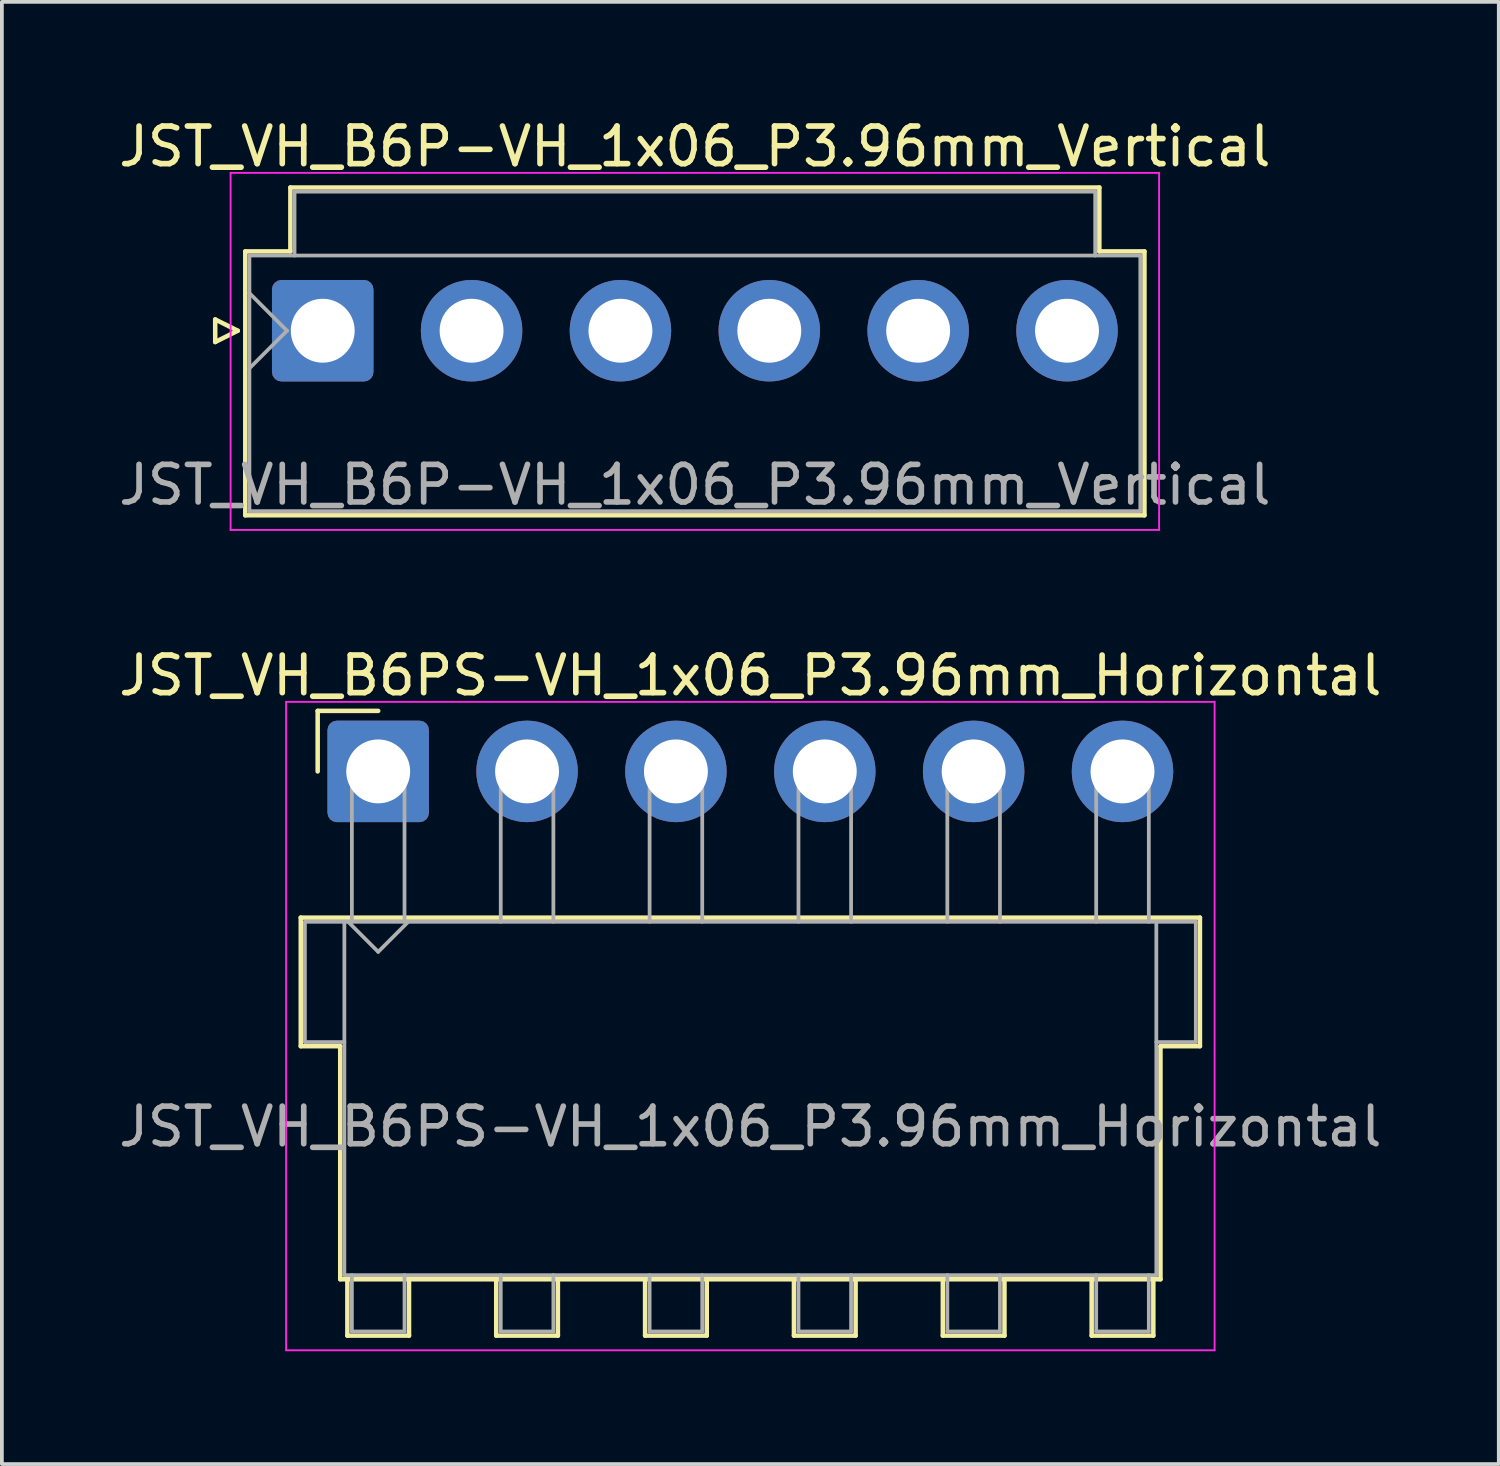
<source format=kicad_pcb>
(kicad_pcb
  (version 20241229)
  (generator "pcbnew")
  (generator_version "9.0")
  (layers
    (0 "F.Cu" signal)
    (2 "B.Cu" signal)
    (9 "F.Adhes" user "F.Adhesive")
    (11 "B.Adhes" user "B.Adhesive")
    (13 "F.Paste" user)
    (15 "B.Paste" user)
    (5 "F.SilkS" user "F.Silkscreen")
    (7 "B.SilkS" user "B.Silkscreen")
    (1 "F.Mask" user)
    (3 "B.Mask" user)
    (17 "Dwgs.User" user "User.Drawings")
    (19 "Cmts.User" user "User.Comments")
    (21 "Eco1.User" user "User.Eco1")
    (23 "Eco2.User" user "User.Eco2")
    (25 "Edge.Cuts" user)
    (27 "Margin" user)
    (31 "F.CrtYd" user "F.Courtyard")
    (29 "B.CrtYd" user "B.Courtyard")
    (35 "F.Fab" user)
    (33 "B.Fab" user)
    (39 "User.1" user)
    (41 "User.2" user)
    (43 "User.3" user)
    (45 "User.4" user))
  (footprint "JST_VH_B6PS-VH_1x06_P3.96mm_Horizontal"
    (layer "F.Cu")
    (at 7.011 17.471)
    (property "Reference" "JST_VH_B6PS-VH_1x06_P3.96mm_Horizontal" (at 9.9 -2.55 0) (layer "F.SilkS") (effects (font (size 1 1) (thickness 0.15))))
    (attr through_hole)
    (fp_line (start -2.06 3.89) (end 21.86 3.89) (stroke (width 0.12) (type solid)) (layer "F.SilkS"))
    (fp_line (start -2.06 7.31) (end -2.06 3.89) (stroke (width 0.12) (type solid)) (layer "F.SilkS"))
    (fp_line (start -1.61 -1.61) (end -1.61 0) (stroke (width 0.12) (type solid)) (layer "F.SilkS"))
    (fp_line (start -1.01 7.31) (end -2.06 7.31) (stroke (width 0.12) (type solid)) (layer "F.SilkS"))
    (fp_line (start -1.01 13.51) (end -1.01 7.31) (stroke (width 0.12) (type solid)) (layer "F.SilkS"))
    (fp_line (start -0.82 13.51) (end -0.82 15.01) (stroke (width 0.12) (type solid)) (layer "F.SilkS"))
    (fp_line (start -0.82 15.01) (end 0.82 15.01) (stroke (width 0.12) (type solid)) (layer "F.SilkS"))
    (fp_line (start 0 -1.61) (end -1.61 -1.61) (stroke (width 0.12) (type solid)) (layer "F.SilkS"))
    (fp_line (start 0.82 15.01) (end 0.82 13.51) (stroke (width 0.12) (type solid)) (layer "F.SilkS"))
    (fp_line (start 3.14 13.51) (end 3.14 15.01) (stroke (width 0.12) (type solid)) (layer "F.SilkS"))
    (fp_line (start 3.14 15.01) (end 4.78 15.01) (stroke (width 0.12) (type solid)) (layer "F.SilkS"))
    (fp_line (start 4.78 15.01) (end 4.78 13.51) (stroke (width 0.12) (type solid)) (layer "F.SilkS"))
    (fp_line (start 7.1 13.51) (end 7.1 15.01) (stroke (width 0.12) (type solid)) (layer "F.SilkS"))
    (fp_line (start 7.1 15.01) (end 8.74 15.01) (stroke (width 0.12) (type solid)) (layer "F.SilkS"))
    (fp_line (start 8.74 15.01) (end 8.74 13.51) (stroke (width 0.12) (type solid)) (layer "F.SilkS"))
    (fp_line (start 11.06 13.51) (end 11.06 15.01) (stroke (width 0.12) (type solid)) (layer "F.SilkS"))
    (fp_line (start 11.06 15.01) (end 12.7 15.01) (stroke (width 0.12) (type solid)) (layer "F.SilkS"))
    (fp_line (start 12.7 15.01) (end 12.7 13.51) (stroke (width 0.12) (type solid)) (layer "F.SilkS"))
    (fp_line (start 15.02 13.51) (end 15.02 15.01) (stroke (width 0.12) (type solid)) (layer "F.SilkS"))
    (fp_line (start 15.02 15.01) (end 16.66 15.01) (stroke (width 0.12) (type solid)) (layer "F.SilkS"))
    (fp_line (start 16.66 15.01) (end 16.66 13.51) (stroke (width 0.12) (type solid)) (layer "F.SilkS"))
    (fp_line (start 18.98 13.51) (end 18.98 15.01) (stroke (width 0.12) (type solid)) (layer "F.SilkS"))
    (fp_line (start 18.98 15.01) (end 20.62 15.01) (stroke (width 0.12) (type solid)) (layer "F.SilkS"))
    (fp_line (start 20.62 15.01) (end 20.62 13.51) (stroke (width 0.12) (type solid)) (layer "F.SilkS"))
    (fp_line (start 20.81 7.31) (end 20.81 13.51) (stroke (width 0.12) (type solid)) (layer "F.SilkS"))
    (fp_line (start 20.81 13.51) (end -1.01 13.51) (stroke (width 0.12) (type solid)) (layer "F.SilkS"))
    (fp_line (start 21.86 3.89) (end 21.86 7.31) (stroke (width 0.12) (type solid)) (layer "F.SilkS"))
    (fp_line (start 21.86 7.31) (end 20.81 7.31) (stroke (width 0.12) (type solid)) (layer "F.SilkS"))
    (fp_line (start -2.45 -1.85) (end -2.45 15.4) (stroke (width 0.05) (type solid)) (layer "F.CrtYd"))
    (fp_line (start -2.45 15.4) (end 22.25 15.4) (stroke (width 0.05) (type solid)) (layer "F.CrtYd"))
    (fp_line (start 22.25 -1.85) (end -2.45 -1.85) (stroke (width 0.05) (type solid)) (layer "F.CrtYd"))
    (fp_line (start 22.25 15.4) (end 22.25 -1.85) (stroke (width 0.05) (type solid)) (layer "F.CrtYd"))
    (fp_line (start -1.95 4) (end -0.9 4) (stroke (width 0.1) (type solid)) (layer "F.Fab"))
    (fp_line (start -1.95 7.2) (end -1.95 4) (stroke (width 0.1) (type solid)) (layer "F.Fab"))
    (fp_line (start -0.9 4) (end -0.9 13.4) (stroke (width 0.1) (type solid)) (layer "F.Fab"))
    (fp_line (start -0.9 7.2) (end -1.95 7.2) (stroke (width 0.1) (type solid)) (layer "F.Fab"))
    (fp_line (start -0.9 13.4) (end 20.7 13.4) (stroke (width 0.1) (type solid)) (layer "F.Fab"))
    (fp_line (start -0.8 4) (end 0 4.8) (stroke (width 0.1) (type solid)) (layer "F.Fab"))
    (fp_line (start -0.7 0) (end 0.7 0) (stroke (width 0.1) (type solid)) (layer "F.Fab"))
    (fp_line (start -0.7 4) (end -0.7 0) (stroke (width 0.1) (type solid)) (layer "F.Fab"))
    (fp_line (start -0.7 13.4) (end -0.7 14.9) (stroke (width 0.1) (type solid)) (layer "F.Fab"))
    (fp_line (start -0.7 14.9) (end 0.7 14.9) (stroke (width 0.1) (type solid)) (layer "F.Fab"))
    (fp_line (start 0 4.8) (end 0.8 4) (stroke (width 0.1) (type solid)) (layer "F.Fab"))
    (fp_line (start 0.7 0) (end 0.7 4) (stroke (width 0.1) (type solid)) (layer "F.Fab"))
    (fp_line (start 0.7 14.9) (end 0.7 13.4) (stroke (width 0.1) (type solid)) (layer "F.Fab"))
    (fp_line (start 3.26 0) (end 4.66 0) (stroke (width 0.1) (type solid)) (layer "F.Fab"))
    (fp_line (start 3.26 4) (end 3.26 0) (stroke (width 0.1) (type solid)) (layer "F.Fab"))
    (fp_line (start 3.26 13.4) (end 3.26 14.9) (stroke (width 0.1) (type solid)) (layer "F.Fab"))
    (fp_line (start 3.26 14.9) (end 4.66 14.9) (stroke (width 0.1) (type solid)) (layer "F.Fab"))
    (fp_line (start 4.66 0) (end 4.66 4) (stroke (width 0.1) (type solid)) (layer "F.Fab"))
    (fp_line (start 4.66 14.9) (end 4.66 13.4) (stroke (width 0.1) (type solid)) (layer "F.Fab"))
    (fp_line (start 7.22 0) (end 8.62 0) (stroke (width 0.1) (type solid)) (layer "F.Fab"))
    (fp_line (start 7.22 4) (end 7.22 0) (stroke (width 0.1) (type solid)) (layer "F.Fab"))
    (fp_line (start 7.22 13.4) (end 7.22 14.9) (stroke (width 0.1) (type solid)) (layer "F.Fab"))
    (fp_line (start 7.22 14.9) (end 8.62 14.9) (stroke (width 0.1) (type solid)) (layer "F.Fab"))
    (fp_line (start 8.62 0) (end 8.62 4) (stroke (width 0.1) (type solid)) (layer "F.Fab"))
    (fp_line (start 8.62 14.9) (end 8.62 13.4) (stroke (width 0.1) (type solid)) (layer "F.Fab"))
    (fp_line (start 11.18 0) (end 12.58 0) (stroke (width 0.1) (type solid)) (layer "F.Fab"))
    (fp_line (start 11.18 4) (end 11.18 0) (stroke (width 0.1) (type solid)) (layer "F.Fab"))
    (fp_line (start 11.18 13.4) (end 11.18 14.9) (stroke (width 0.1) (type solid)) (layer "F.Fab"))
    (fp_line (start 11.18 14.9) (end 12.58 14.9) (stroke (width 0.1) (type solid)) (layer "F.Fab"))
    (fp_line (start 12.58 0) (end 12.58 4) (stroke (width 0.1) (type solid)) (layer "F.Fab"))
    (fp_line (start 12.58 14.9) (end 12.58 13.4) (stroke (width 0.1) (type solid)) (layer "F.Fab"))
    (fp_line (start 15.14 0) (end 16.54 0) (stroke (width 0.1) (type solid)) (layer "F.Fab"))
    (fp_line (start 15.14 4) (end 15.14 0) (stroke (width 0.1) (type solid)) (layer "F.Fab"))
    (fp_line (start 15.14 13.4) (end 15.14 14.9) (stroke (width 0.1) (type solid)) (layer "F.Fab"))
    (fp_line (start 15.14 14.9) (end 16.54 14.9) (stroke (width 0.1) (type solid)) (layer "F.Fab"))
    (fp_line (start 16.54 0) (end 16.54 4) (stroke (width 0.1) (type solid)) (layer "F.Fab"))
    (fp_line (start 16.54 14.9) (end 16.54 13.4) (stroke (width 0.1) (type solid)) (layer "F.Fab"))
    (fp_line (start 19.1 0) (end 20.5 0) (stroke (width 0.1) (type solid)) (layer "F.Fab"))
    (fp_line (start 19.1 4) (end 19.1 0) (stroke (width 0.1) (type solid)) (layer "F.Fab"))
    (fp_line (start 19.1 13.4) (end 19.1 14.9) (stroke (width 0.1) (type solid)) (layer "F.Fab"))
    (fp_line (start 19.1 14.9) (end 20.5 14.9) (stroke (width 0.1) (type solid)) (layer "F.Fab"))
    (fp_line (start 20.5 0) (end 20.5 4) (stroke (width 0.1) (type solid)) (layer "F.Fab"))
    (fp_line (start 20.5 14.9) (end 20.5 13.4) (stroke (width 0.1) (type solid)) (layer "F.Fab"))
    (fp_line (start 20.7 4) (end -0.9 4) (stroke (width 0.1) (type solid)) (layer "F.Fab"))
    (fp_line (start 20.7 4) (end 21.75 4) (stroke (width 0.1) (type solid)) (layer "F.Fab"))
    (fp_line (start 20.7 13.4) (end 20.7 4) (stroke (width 0.1) (type solid)) (layer "F.Fab"))
    (fp_line (start 21.75 4) (end 21.75 7.2) (stroke (width 0.1) (type solid)) (layer "F.Fab"))
    (fp_line (start 21.75 7.2) (end 20.7 7.2) (stroke (width 0.1) (type solid)) (layer "F.Fab"))
    (fp_text user "${REFERENCE}" (at 9.9 9.45 0) (layer "F.Fab") (effects (font (size 1 1) (thickness 0.15))))
    (pad "1" thru_hole roundrect (at 0 0) (size 2.7 2.7) (drill 1.7) (layers "*.Cu" "*.Mask") (roundrect_rratio 0.093))
    (pad "2" thru_hole circle (at 3.96 0) (size 2.7 2.7) (drill 1.7) (layers "*.Cu" "*.Mask"))
    (pad "3" thru_hole circle (at 7.92 0) (size 2.7 2.7) (drill 1.7) (layers "*.Cu" "*.Mask"))
    (pad "4" thru_hole circle (at 11.88 0) (size 2.7 2.7) (drill 1.7) (layers "*.Cu" "*.Mask"))
    (pad "5" thru_hole circle (at 15.84 0) (size 2.7 2.7) (drill 1.7) (layers "*.Cu" "*.Mask"))
    (pad "6" thru_hole circle (at 19.8 0) (size 2.7 2.7) (drill 1.7) (layers "*.Cu" "*.Mask")))
  (footprint "JST_VH_B6P-VH_1x06_P3.96mm_Vertical"
    (layer "F.Cu")
    (at 5.535 5.748)
    (property "Reference" "JST_VH_B6P-VH_1x06_P3.96mm_Vertical" (at 9.9 -4.9 0) (layer "F.SilkS") (effects (font (size 1 1) (thickness 0.15))))
    (attr through_hole)
    (fp_line (start -2.86 -0.3) (end -2.26 0) (stroke (width 0.12) (type solid)) (layer "F.SilkS"))
    (fp_line (start -2.86 0.3) (end -2.86 -0.3) (stroke (width 0.12) (type solid)) (layer "F.SilkS"))
    (fp_line (start -2.26 0) (end -2.86 0.3) (stroke (width 0.12) (type solid)) (layer "F.SilkS"))
    (fp_line (start -2.06 -2.11) (end -0.86 -2.11) (stroke (width 0.12) (type solid)) (layer "F.SilkS"))
    (fp_line (start -2.06 4.91) (end -2.06 -2.11) (stroke (width 0.12) (type solid)) (layer "F.SilkS"))
    (fp_line (start -0.86 -3.81) (end 20.66 -3.81) (stroke (width 0.12) (type solid)) (layer "F.SilkS"))
    (fp_line (start -0.86 -2.11) (end -0.86 -3.81) (stroke (width 0.12) (type solid)) (layer "F.SilkS"))
    (fp_line (start 20.66 -3.81) (end 20.66 -2.11) (stroke (width 0.12) (type solid)) (layer "F.SilkS"))
    (fp_line (start 20.66 -2.11) (end 21.86 -2.11) (stroke (width 0.12) (type solid)) (layer "F.SilkS"))
    (fp_line (start 21.86 -2.11) (end 21.86 4.91) (stroke (width 0.12) (type solid)) (layer "F.SilkS"))
    (fp_line (start 21.86 4.91) (end -2.06 4.91) (stroke (width 0.12) (type solid)) (layer "F.SilkS"))
    (fp_line (start -2.45 -4.2) (end -2.45 5.3) (stroke (width 0.05) (type solid)) (layer "F.CrtYd"))
    (fp_line (start -2.45 5.3) (end 22.25 5.3) (stroke (width 0.05) (type solid)) (layer "F.CrtYd"))
    (fp_line (start 22.25 -4.2) (end -2.45 -4.2) (stroke (width 0.05) (type solid)) (layer "F.CrtYd"))
    (fp_line (start 22.25 5.3) (end 22.25 -4.2) (stroke (width 0.05) (type solid)) (layer "F.CrtYd"))
    (fp_line (start -1.95 -2) (end -1.95 4.8) (stroke (width 0.1) (type solid)) (layer "F.Fab"))
    (fp_line (start -1.95 -1) (end -0.95 0) (stroke (width 0.1) (type solid)) (layer "F.Fab"))
    (fp_line (start -1.95 1) (end -0.95 0) (stroke (width 0.1) (type solid)) (layer "F.Fab"))
    (fp_line (start -1.95 4.8) (end 21.75 4.8) (stroke (width 0.1) (type solid)) (layer "F.Fab"))
    (fp_line (start -0.75 -3.7) (end 20.55 -3.7) (stroke (width 0.1) (type solid)) (layer "F.Fab"))
    (fp_line (start -0.75 -2) (end -0.75 -3.7) (stroke (width 0.1) (type solid)) (layer "F.Fab"))
    (fp_line (start 20.55 -3.7) (end 20.55 -2) (stroke (width 0.1) (type solid)) (layer "F.Fab"))
    (fp_line (start 21.75 -2) (end -1.95 -2) (stroke (width 0.1) (type solid)) (layer "F.Fab"))
    (fp_line (start 21.75 4.8) (end 21.75 -2) (stroke (width 0.1) (type solid)) (layer "F.Fab"))
    (fp_text user "${REFERENCE}" (at 9.9 4.1 0) (layer "F.Fab") (effects (font (size 1 1) (thickness 0.15))))
    (pad "1" thru_hole roundrect (at 0 0) (size 2.7 2.7) (drill 1.7) (layers "*.Cu" "*.Mask") (roundrect_rratio 0.093))
    (pad "2" thru_hole circle (at 3.96 0) (size 2.7 2.7) (drill 1.7) (layers "*.Cu" "*.Mask"))
    (pad "3" thru_hole circle (at 7.92 0) (size 2.7 2.7) (drill 1.7) (layers "*.Cu" "*.Mask"))
    (pad "4" thru_hole circle (at 11.88 0) (size 2.7 2.7) (drill 1.7) (layers "*.Cu" "*.Mask"))
    (pad "5" thru_hole circle (at 15.84 0) (size 2.7 2.7) (drill 1.7) (layers "*.Cu" "*.Mask"))
    (pad "6" thru_hole circle (at 19.8 0) (size 2.7 2.7) (drill 1.7) (layers "*.Cu" "*.Mask")))
  (gr_rect
    (start -3 -3)
    (end 36.821 35.897)
    (stroke (width 0.1) (type default))
    (fill no)
    (layer "Edge.Cuts")))
</source>
